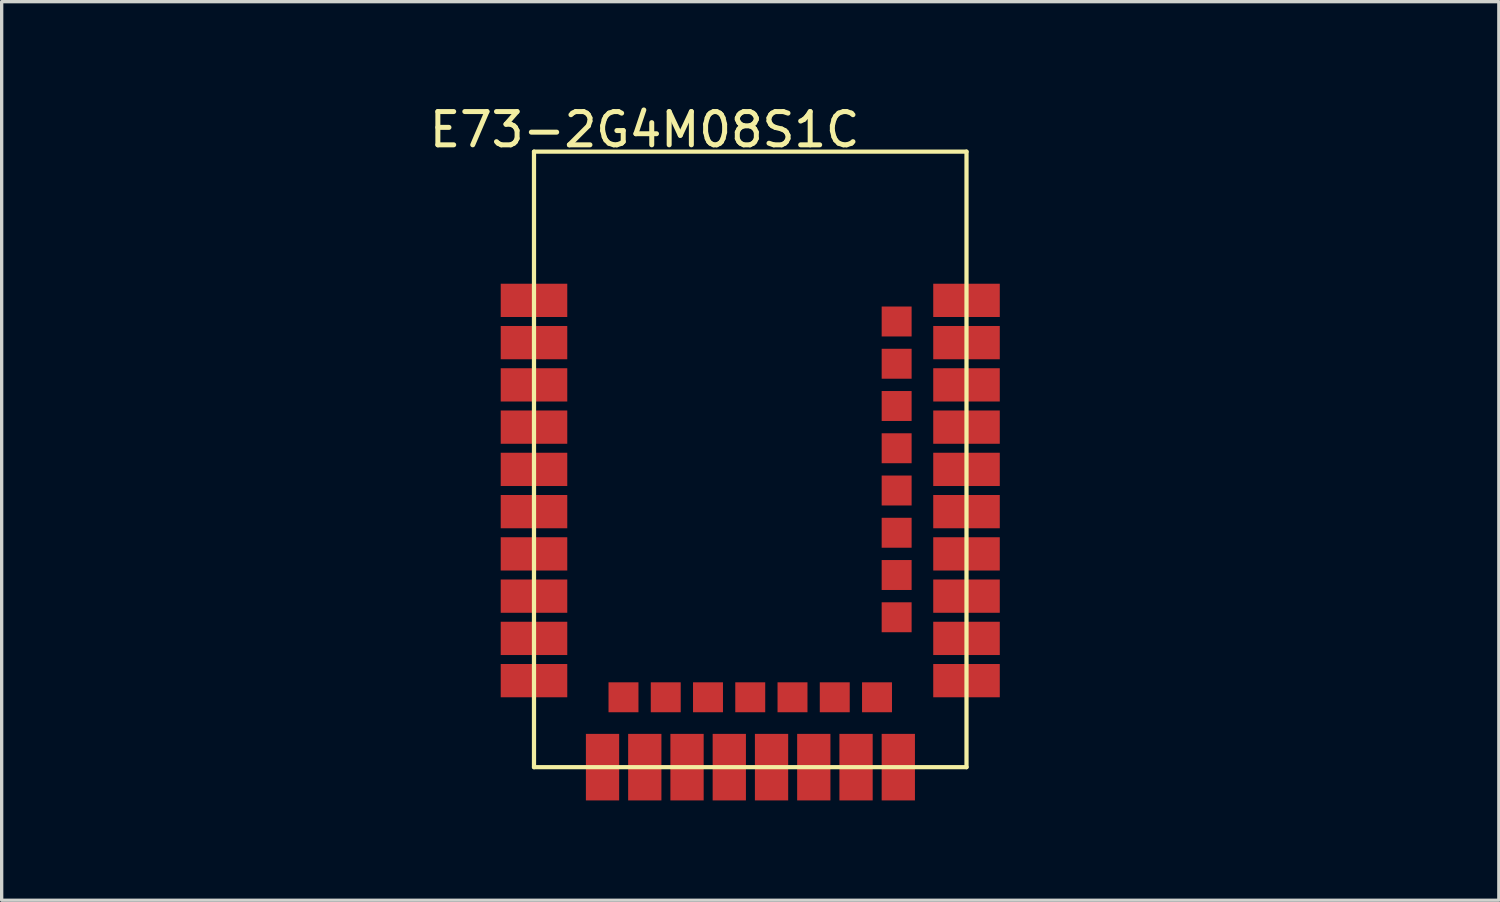
<source format=kicad_pcb>
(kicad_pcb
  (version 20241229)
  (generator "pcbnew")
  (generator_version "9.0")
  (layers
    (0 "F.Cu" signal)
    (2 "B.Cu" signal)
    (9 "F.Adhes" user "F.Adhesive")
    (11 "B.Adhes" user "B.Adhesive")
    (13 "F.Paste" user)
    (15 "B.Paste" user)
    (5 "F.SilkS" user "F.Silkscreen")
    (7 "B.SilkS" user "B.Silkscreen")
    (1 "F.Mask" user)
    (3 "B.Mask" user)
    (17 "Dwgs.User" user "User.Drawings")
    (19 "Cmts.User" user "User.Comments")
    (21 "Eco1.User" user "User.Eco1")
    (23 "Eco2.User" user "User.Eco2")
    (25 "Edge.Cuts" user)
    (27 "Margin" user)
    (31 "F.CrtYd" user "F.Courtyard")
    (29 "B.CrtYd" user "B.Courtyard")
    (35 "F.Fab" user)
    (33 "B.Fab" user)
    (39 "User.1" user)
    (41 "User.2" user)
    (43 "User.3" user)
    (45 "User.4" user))
  (footprint "E73-2G4M08S1C"
    (layer "F.Cu")
    (at 19.5 11.008)
    (property "Reference" "E73-2G4M08S1C" (at -3.175 -10.16 0) (layer "F.SilkS") (effects (font (size 1 1) (thickness 0.15))))
    (attr through_hole)
    (fp_line (start -6.5 -9.5) (end -6.5 9) (stroke (width 0.127) (type solid)) (layer "F.SilkS"))
    (fp_line (start -6.5 9) (end 6.5 9) (stroke (width 0.127) (type solid)) (layer "F.SilkS"))
    (fp_line (start 6.5 -9.5) (end -6.5 -9.5) (stroke (width 0.127) (type solid)) (layer "F.SilkS"))
    (fp_line (start 6.5 9) (end 6.5 -9.5) (stroke (width 0.127) (type solid)) (layer "F.SilkS"))
    (pad "1" smd rect (at -6.5 -5.03) (size 2 1) (layers "F.Cu" "F.Mask" "F.Paste"))
    (pad "2" smd rect (at -6.5 -3.76) (size 2 1) (layers "F.Cu" "F.Mask" "F.Paste"))
    (pad "3" smd rect (at -6.5 -2.49) (size 2 1) (layers "F.Cu" "F.Mask" "F.Paste"))
    (pad "4" smd rect (at -6.5 -1.22) (size 2 1) (layers "F.Cu" "F.Mask" "F.Paste"))
    (pad "5" smd rect (at -6.5 0.05) (size 2 1) (layers "F.Cu" "F.Mask" "F.Paste"))
    (pad "6" smd rect (at -6.5 1.32) (size 2 1) (layers "F.Cu" "F.Mask" "F.Paste"))
    (pad "7" smd rect (at -6.5 2.59) (size 2 1) (layers "F.Cu" "F.Mask" "F.Paste"))
    (pad "8" smd rect (at -6.5 3.86) (size 2 1) (layers "F.Cu" "F.Mask" "F.Paste"))
    (pad "9" smd rect (at -6.5 5.13) (size 2 1) (layers "F.Cu" "F.Mask" "F.Paste"))
    (pad "10" smd rect (at -6.5 6.4) (size 2 1) (layers "F.Cu" "F.Mask" "F.Paste"))
    (pad "11" smd rect (at -4.44 9) (size 1 2) (layers "F.Cu" "F.Mask" "F.Paste"))
    (pad "12" smd rect (at -3.81 6.9) (size 0.9 0.9) (layers "F.Cu" "F.Mask" "F.Paste"))
    (pad "13" smd rect (at -3.17 9) (size 1 2) (layers "F.Cu" "F.Mask" "F.Paste"))
    (pad "14" smd rect (at -2.54 6.9) (size 0.9 0.9) (layers "F.Cu" "F.Mask" "F.Paste"))
    (pad "15" smd rect (at -1.9 9) (size 1 2) (layers "F.Cu" "F.Mask" "F.Paste"))
    (pad "16" smd rect (at -1.27 6.9) (size 0.9 0.9) (layers "F.Cu" "F.Mask" "F.Paste"))
    (pad "17" smd rect (at -0.63 9) (size 1 2) (layers "F.Cu" "F.Mask" "F.Paste"))
    (pad "18" smd rect (at 0 6.9) (size 0.9 0.9) (layers "F.Cu" "F.Mask" "F.Paste"))
    (pad "19" smd rect (at 0.64 9) (size 1 2) (layers "F.Cu" "F.Mask" "F.Paste"))
    (pad "20" smd rect (at 1.27 6.9) (size 0.9 0.9) (layers "F.Cu" "F.Mask" "F.Paste"))
    (pad "21" smd rect (at 1.91 9) (size 1 2) (layers "F.Cu" "F.Mask" "F.Paste"))
    (pad "22" smd rect (at 2.54 6.9) (size 0.9 0.9) (layers "F.Cu" "F.Mask" "F.Paste"))
    (pad "23" smd rect (at 3.18 9) (size 1 2) (layers "F.Cu" "F.Mask" "F.Paste"))
    (pad "24" smd rect (at 3.81 6.9) (size 0.9 0.9) (layers "F.Cu" "F.Mask" "F.Paste"))
    (pad "25" smd rect (at 4.45 9) (size 1 2) (layers "F.Cu" "F.Mask" "F.Paste"))
    (pad "26" smd rect (at 6.5 6.4) (size 2 1) (layers "F.Cu" "F.Mask" "F.Paste"))
    (pad "27" smd rect (at 6.5 5.13) (size 2 1) (layers "F.Cu" "F.Mask" "F.Paste"))
    (pad "28" smd rect (at 4.4 4.495) (size 0.9 0.9) (layers "F.Cu" "F.Mask" "F.Paste"))
    (pad "29" smd rect (at 6.5 3.86) (size 2 1) (layers "F.Cu" "F.Mask" "F.Paste"))
    (pad "30" smd rect (at 4.4 3.225) (size 0.9 0.9) (layers "F.Cu" "F.Mask" "F.Paste"))
    (pad "31" smd rect (at 6.5 2.59) (size 2 1) (layers "F.Cu" "F.Mask" "F.Paste"))
    (pad "32" smd rect (at 4.4 1.955) (size 0.9 0.9) (layers "F.Cu" "F.Mask" "F.Paste"))
    (pad "33" smd rect (at 6.5 1.32) (size 2 1) (layers "F.Cu" "F.Mask" "F.Paste"))
    (pad "34" smd rect (at 4.4 0.685) (size 0.9 0.9) (layers "F.Cu" "F.Mask" "F.Paste"))
    (pad "35" smd rect (at 6.5 0.05) (size 2 1) (layers "F.Cu" "F.Mask" "F.Paste"))
    (pad "36" smd rect (at 4.4 -0.585) (size 0.9 0.9) (layers "F.Cu" "F.Mask" "F.Paste"))
    (pad "37" smd rect (at 6.5 -1.22) (size 2 1) (layers "F.Cu" "F.Mask" "F.Paste"))
    (pad "38" smd rect (at 4.4 -1.855) (size 0.9 0.9) (layers "F.Cu" "F.Mask" "F.Paste"))
    (pad "39" smd rect (at 6.5 -2.49) (size 2 1) (layers "F.Cu" "F.Mask" "F.Paste"))
    (pad "40" smd rect (at 4.4 -3.125) (size 0.9 0.9) (layers "F.Cu" "F.Mask" "F.Paste"))
    (pad "41" smd rect (at 6.5 -3.76) (size 2 1) (layers "F.Cu" "F.Mask" "F.Paste"))
    (pad "42" smd rect (at 4.4 -4.395) (size 0.9 0.9) (layers "F.Cu" "F.Mask" "F.Paste"))
    (pad "43" smd rect (at 6.5 -5.03) (size 2 1) (layers "F.Cu" "F.Mask" "F.Paste"))
    (zone (net_name "") (layers "F.Cu" "B.Cu") (hatch full 0.508) (connect_pads) (min_thickness 0.01) (filled_areas_thickness no) (keepout (tracks allowed) (vias not_allowed) (pads allowed) (copperpour allowed) (footprints allowed)) (placement (enabled no)) (fill) (polygon (pts (xy 0 1.508) (xy 39 1.508) (xy 39 5.008) (xy 0 5.008)))))
  (gr_rect
    (start -3 -3)
    (end 42 24.008)
    (stroke (width 0.1) (type default))
    (fill no)
    (layer "Edge.Cuts")))
</source>
